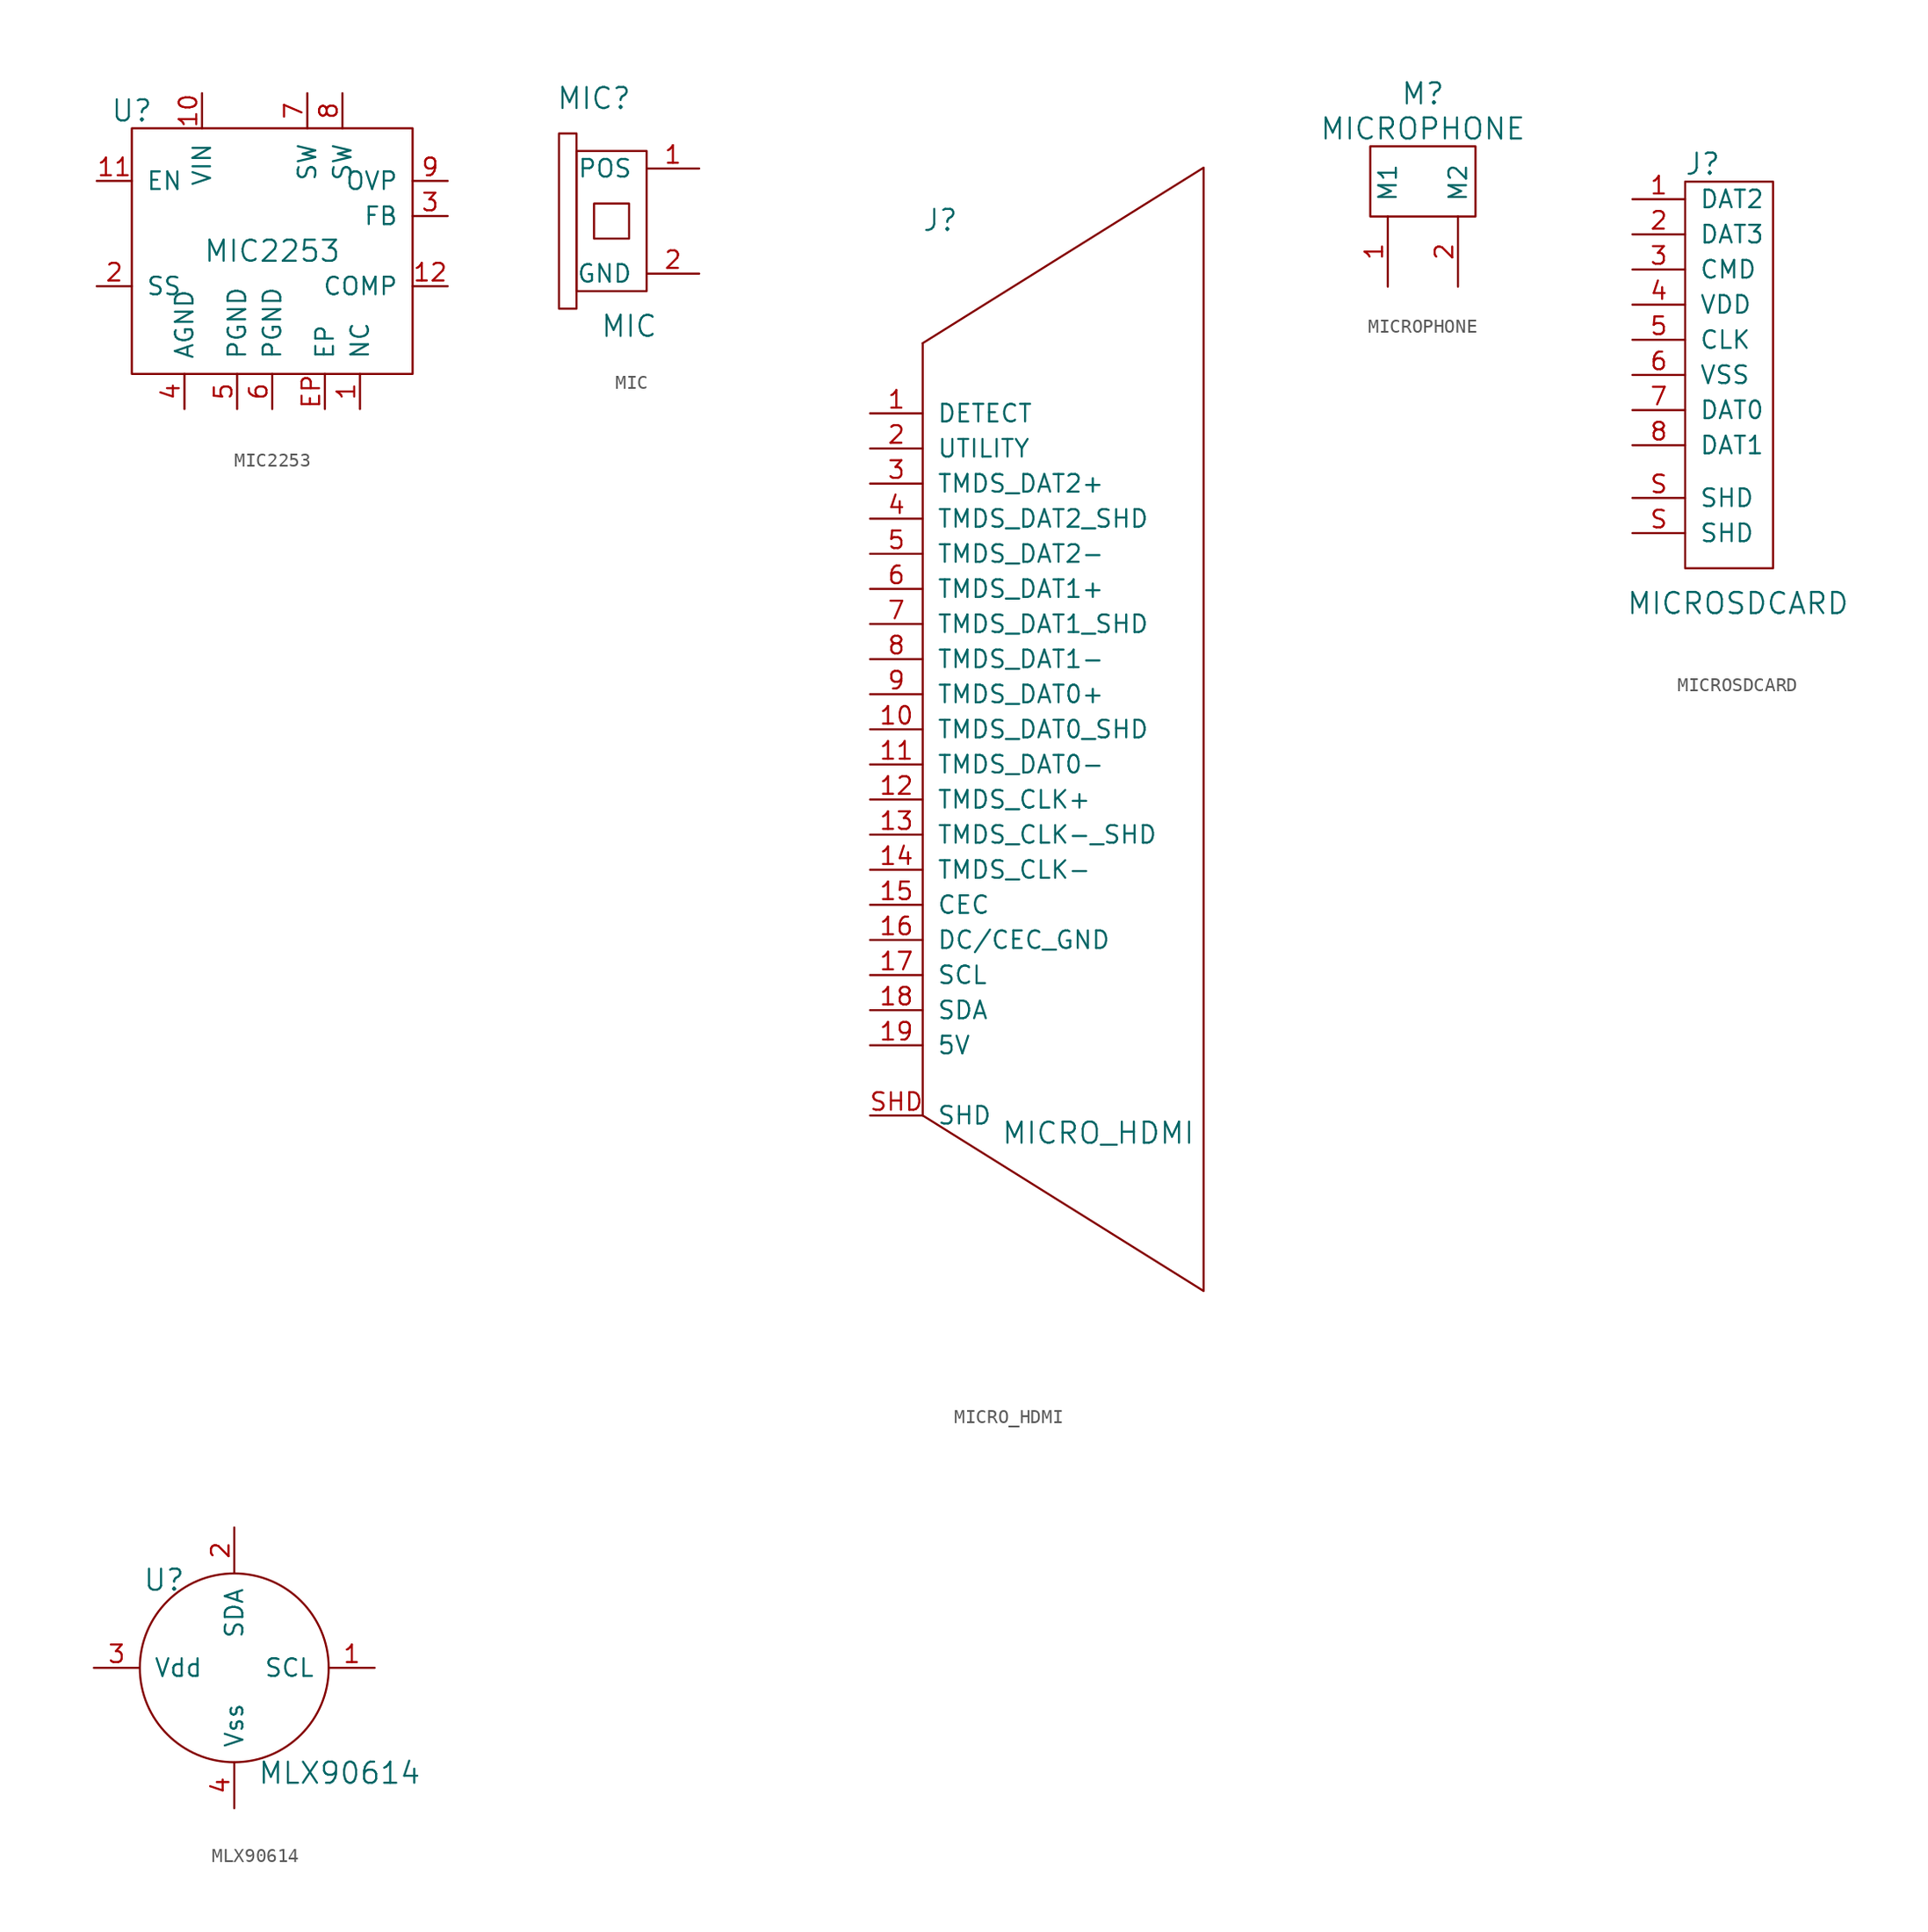
<source format=kicad_sym>
(kicad_symbol_lib
  (version 20210619)
  (generator kicad_symbol_editor)
  (symbol "tinkerforge:MIC2253"
    (pin_names
      (offset 1.016))
    (property "Reference" "U"
      (at -10.16 10.16 0)
      (effects (font (size 1.524 1.524))))
    (property "Value" "MIC2253"
      (at 0 0 0)
      (effects (font (size 1.524 1.524))))
    (symbol "MIC2253_0_1"
      (rectangle (start -10.16 8.89) (end 10.16 -8.89) (stroke (width 0)) (fill (type none))))
    (symbol "MIC2253_1_1"
      (pin passive line (at 6.35 -11.43 90) (length 2.54) (name "NC" (effects (font (size 1.27 1.27)))) (number "1" (effects (font (size 1.27 1.27)))))
      (pin passive line (at -5.08 11.43 270) (length 2.54) (name "VIN" (effects (font (size 1.27 1.27)))) (number "10" (effects (font (size 1.27 1.27)))))
      (pin passive line (at -12.7 5.08 0) (length 2.54) (name "EN" (effects (font (size 1.27 1.27)))) (number "11" (effects (font (size 1.27 1.27)))))
      (pin passive line (at 12.7 -2.54 180) (length 2.54) (name "COMP" (effects (font (size 1.27 1.27)))) (number "12" (effects (font (size 1.27 1.27)))))
      (pin passive line (at -12.7 -2.54 0) (length 2.54) (name "SS" (effects (font (size 1.27 1.27)))) (number "2" (effects (font (size 1.27 1.27)))))
      (pin passive line (at 12.7 2.54 180) (length 2.54) (name "FB" (effects (font (size 1.27 1.27)))) (number "3" (effects (font (size 1.27 1.27)))))
      (pin passive line (at -6.35 -11.43 90) (length 2.54) (name "AGND" (effects (font (size 1.27 1.27)))) (number "4" (effects (font (size 1.27 1.27)))))
      (pin passive line (at -2.54 -11.43 90) (length 2.54) (name "PGND" (effects (font (size 1.27 1.27)))) (number "5" (effects (font (size 1.27 1.27)))))
      (pin passive line (at 0 -11.43 90) (length 2.54) (name "PGND" (effects (font (size 1.27 1.27)))) (number "6" (effects (font (size 1.27 1.27)))))
      (pin passive line (at 2.54 11.43 270) (length 2.54) (name "SW" (effects (font (size 1.27 1.27)))) (number "7" (effects (font (size 1.27 1.27)))))
      (pin passive line (at 5.08 11.43 270) (length 2.54) (name "SW" (effects (font (size 1.27 1.27)))) (number "8" (effects (font (size 1.27 1.27)))))
      (pin passive line (at 12.7 5.08 180) (length 2.54) (name "OVP" (effects (font (size 1.27 1.27)))) (number "9" (effects (font (size 1.27 1.27)))))
      (pin passive line (at 3.81 -11.43 90) (length 2.54) (name "EP" (effects (font (size 1.27 1.27)))) (number "EP" (effects (font (size 1.27 1.27)))))))
  (symbol "tinkerforge:MIC"
    (pin_names
      (offset 1.016))
    (property "Reference" "MIC"
      (at -1.27 8.89 0)
      (effects (font (size 1.524 1.524))))
    (property "Value" "MIC"
      (at 1.27 -7.62 0)
      (effects (font (size 1.524 1.524))))
    (property "Footprint" ""
      (at 0 0 0)
      (effects (font (size 1.524 1.524))))
    (property "Datasheet" ""
      (at 0 0 0)
      (effects (font (size 1.524 1.524))))
    (symbol "MIC_0_1"
      (rectangle (start -2.54 6.35) (end -3.81 -6.35) (stroke (width 0)) (fill (type none)))
      (rectangle (start -1.27 1.27) (end 1.27 -1.27) (stroke (width 0)) (fill (type none)))
      (rectangle (start 2.54 5.08) (end -2.54 -5.08) (stroke (width 0)) (fill (type none))))
    (symbol "MIC_1_1"
      (pin passive line (at 6.35 3.81 180) (length 3.81) (name "POS" (effects (font (size 1.27 1.27)))) (number "1" (effects (font (size 1.27 1.27)))))
      (pin passive line (at 6.35 -3.81 180) (length 3.81) (name "GND" (effects (font (size 1.27 1.27)))) (number "2" (effects (font (size 1.27 1.27)))))))
  (symbol "tinkerforge:MICRO_HDMI"
    (pin_names
      (offset 1.016))
    (property "Reference" "J"
      (at 1.27 36.83 0)
      (effects (font (size 1.524 1.524))))
    (property "Value" "MICRO_HDMI"
      (at 12.7 -29.21 0)
      (effects (font (size 1.524 1.524))))
    (property "Footprint" ""
      (at -7.62 29.21 0)
      (effects (font (size 1.524 1.524))))
    (property "Datasheet" ""
      (at -7.62 29.21 0)
      (effects (font (size 1.524 1.524))))
    (symbol "MICRO_HDMI_0_1"
      (polyline (pts (xy 0 27.94) (xy 0 -27.94)) (stroke (width 0)) (fill (type none)))
      (polyline (pts (xy 0 -27.94) (xy 20.32 -40.64) (xy 20.32 40.64) (xy 0 27.94)) (stroke (width 0)) (fill (type none))))
    (symbol "MICRO_HDMI_1_1"
      (pin passive line (at -3.81 22.86 0) (length 3.81) (name "DETECT" (effects (font (size 1.27 1.27)))) (number "1" (effects (font (size 1.27 1.27)))))
      (pin passive line (at -3.81 0 0) (length 3.81) (name "TMDS_DAT0_SHD" (effects (font (size 1.27 1.27)))) (number "10" (effects (font (size 1.27 1.27)))))
      (pin passive line (at -3.81 -2.54 0) (length 3.81) (name "TMDS_DAT0-" (effects (font (size 1.27 1.27)))) (number "11" (effects (font (size 1.27 1.27)))))
      (pin passive line (at -3.81 -5.08 0) (length 3.81) (name "TMDS_CLK+" (effects (font (size 1.27 1.27)))) (number "12" (effects (font (size 1.27 1.27)))))
      (pin passive line (at -3.81 -7.62 0) (length 3.81) (name "TMDS_CLK-_SHD" (effects (font (size 1.27 1.27)))) (number "13" (effects (font (size 1.27 1.27)))))
      (pin passive line (at -3.81 -10.16 0) (length 3.81) (name "TMDS_CLK-" (effects (font (size 1.27 1.27)))) (number "14" (effects (font (size 1.27 1.27)))))
      (pin passive line (at -3.81 -12.7 0) (length 3.81) (name "CEC" (effects (font (size 1.27 1.27)))) (number "15" (effects (font (size 1.27 1.27)))))
      (pin passive line (at -3.81 -15.24 0) (length 3.81) (name "DC/CEC_GND" (effects (font (size 1.27 1.27)))) (number "16" (effects (font (size 1.27 1.27)))))
      (pin passive line (at -3.81 -17.78 0) (length 3.81) (name "SCL" (effects (font (size 1.27 1.27)))) (number "17" (effects (font (size 1.27 1.27)))))
      (pin passive line (at -3.81 -20.32 0) (length 3.81) (name "SDA" (effects (font (size 1.27 1.27)))) (number "18" (effects (font (size 1.27 1.27)))))
      (pin passive line (at -3.81 -22.86 0) (length 3.81) (name "5V" (effects (font (size 1.27 1.27)))) (number "19" (effects (font (size 1.27 1.27)))))
      (pin passive line (at -3.81 20.32 0) (length 3.81) (name "UTILITY" (effects (font (size 1.27 1.27)))) (number "2" (effects (font (size 1.27 1.27)))))
      (pin passive line (at -3.81 17.78 0) (length 3.81) (name "TMDS_DAT2+" (effects (font (size 1.27 1.27)))) (number "3" (effects (font (size 1.27 1.27)))))
      (pin passive line (at -3.81 15.24 0) (length 3.81) (name "TMDS_DAT2_SHD" (effects (font (size 1.27 1.27)))) (number "4" (effects (font (size 1.27 1.27)))))
      (pin passive line (at -3.81 12.7 0) (length 3.81) (name "TMDS_DAT2-" (effects (font (size 1.27 1.27)))) (number "5" (effects (font (size 1.27 1.27)))))
      (pin passive line (at -3.81 10.16 0) (length 3.81) (name "TMDS_DAT1+" (effects (font (size 1.27 1.27)))) (number "6" (effects (font (size 1.27 1.27)))))
      (pin passive line (at -3.81 7.62 0) (length 3.81) (name "TMDS_DAT1_SHD" (effects (font (size 1.27 1.27)))) (number "7" (effects (font (size 1.27 1.27)))))
      (pin passive line (at -3.81 5.08 0) (length 3.81) (name "TMDS_DAT1-" (effects (font (size 1.27 1.27)))) (number "8" (effects (font (size 1.27 1.27)))))
      (pin passive line (at -3.81 2.54 0) (length 3.81) (name "TMDS_DAT0+" (effects (font (size 1.27 1.27)))) (number "9" (effects (font (size 1.27 1.27)))))
      (pin passive line (at -3.81 -27.94 0) (length 3.81) (name "SHD" (effects (font (size 1.27 1.27)))) (number "SHD" (effects (font (size 1.27 1.27)))))))
  (symbol "tinkerforge:MICROPHONE"
    (pin_names
      (offset 1.016))
    (property "Reference" "M"
      (at 0 8.89 0)
      (effects (font (size 1.524 1.524))))
    (property "Value" "MICROPHONE"
      (at 0 6.35 0)
      (effects (font (size 1.524 1.524))))
    (property "Footprint" ""
      (at 0 0 0)
      (effects (font (size 1.524 1.524))))
    (property "Datasheet" ""
      (at 0 0 0)
      (effects (font (size 1.524 1.524))))
    (symbol "MICROPHONE_0_1"
      (rectangle (start -3.81 5.08) (end 3.81 0) (stroke (width 0)) (fill (type none))))
    (symbol "MICROPHONE_1_1"
      (pin input line (at -2.54 -5.08 90) (length 5.08) (name "M1" (effects (font (size 1.27 1.27)))) (number "1" (effects (font (size 1.27 1.27)))))
      (pin input line (at 2.54 -5.08 90) (length 5.08) (name "M2" (effects (font (size 1.27 1.27)))) (number "2" (effects (font (size 1.27 1.27)))))))
  (symbol "tinkerforge:MICROSDCARD"
    (pin_names
      (offset 1.016))
    (property "Reference" "J"
      (at 1.27 15.24 0)
      (effects (font (size 1.524 1.524))))
    (property "Value" "MICROSDCARD"
      (at 3.81 -16.51 0)
      (effects (font (size 1.524 1.524))))
    (property "Footprint" ""
      (at 5.08 19.05 0)
      (effects (font (size 1.524 1.524))))
    (property "Datasheet" ""
      (at 5.08 19.05 0)
      (effects (font (size 1.524 1.524))))
    (symbol "MICROSDCARD_0_1"
      (rectangle (start 0 13.97) (end 6.35 -13.97) (stroke (width 0)) (fill (type none))))
    (symbol "MICROSDCARD_1_1"
      (pin passive line (at -3.81 12.7 0) (length 3.81) (name "DAT2" (effects (font (size 1.27 1.27)))) (number "1" (effects (font (size 1.27 1.27)))))
      (pin passive line (at -3.81 10.16 0) (length 3.81) (name "DAT3" (effects (font (size 1.27 1.27)))) (number "2" (effects (font (size 1.27 1.27)))))
      (pin passive line (at -3.81 7.62 0) (length 3.81) (name "CMD" (effects (font (size 1.27 1.27)))) (number "3" (effects (font (size 1.27 1.27)))))
      (pin passive line (at -3.81 5.08 0) (length 3.81) (name "VDD" (effects (font (size 1.27 1.27)))) (number "4" (effects (font (size 1.27 1.27)))))
      (pin passive line (at -3.81 2.54 0) (length 3.81) (name "CLK" (effects (font (size 1.27 1.27)))) (number "5" (effects (font (size 1.27 1.27)))))
      (pin passive line (at -3.81 0 0) (length 3.81) (name "VSS" (effects (font (size 1.27 1.27)))) (number "6" (effects (font (size 1.27 1.27)))))
      (pin passive line (at -3.81 -2.54 0) (length 3.81) (name "DAT0" (effects (font (size 1.27 1.27)))) (number "7" (effects (font (size 1.27 1.27)))))
      (pin passive line (at -3.81 -5.08 0) (length 3.81) (name "DAT1" (effects (font (size 1.27 1.27)))) (number "8" (effects (font (size 1.27 1.27)))))
      (pin passive line (at -3.81 -11.43 0) (length 3.81) (name "SHD" (effects (font (size 1.27 1.27)))) (number "S" (effects (font (size 1.27 1.27)))))
      (pin passive line (at -3.81 -8.89 0) (length 3.81) (name "SHD" (effects (font (size 1.27 1.27)))) (number "S" (effects (font (size 1.27 1.27)))))))
  (symbol "tinkerforge:MLX90614"
    (pin_names
      (offset 1.016))
    (property "Reference" "U"
      (at -5.08 6.35 0)
      (effects (font (size 1.524 1.524))))
    (property "Value" "MLX90614"
      (at 7.62 -7.62 0)
      (effects (font (size 1.524 1.524))))
    (property "Footprint" ""
      (at 0 0 0)
      (effects (font (size 1.524 1.524))))
    (property "Datasheet" ""
      (at 0 0 0)
      (effects (font (size 1.524 1.524))))
    (symbol "MLX90614_0_1"
      (circle (center 0 0) (radius 6.833) (stroke (width 0)) (fill (type none))))
    (symbol "MLX90614_1_1"
      (pin passive line (at 10.16 0 180) (length 3.302) (name "SCL" (effects (font (size 1.27 1.27)))) (number "1" (effects (font (size 1.27 1.27)))))
      (pin passive line (at 0 10.16 270) (length 3.302) (name "SDA" (effects (font (size 1.27 1.27)))) (number "2" (effects (font (size 1.27 1.27)))))
      (pin passive line (at -10.16 0 0) (length 3.302) (name "Vdd" (effects (font (size 1.27 1.27)))) (number "3" (effects (font (size 1.27 1.27)))))
      (pin passive line (at 0 -10.16 90) (length 3.302) (name "Vss" (effects (font (size 1.27 1.27)))) (number "4" (effects (font (size 1.27 1.27))))))))
</source>
